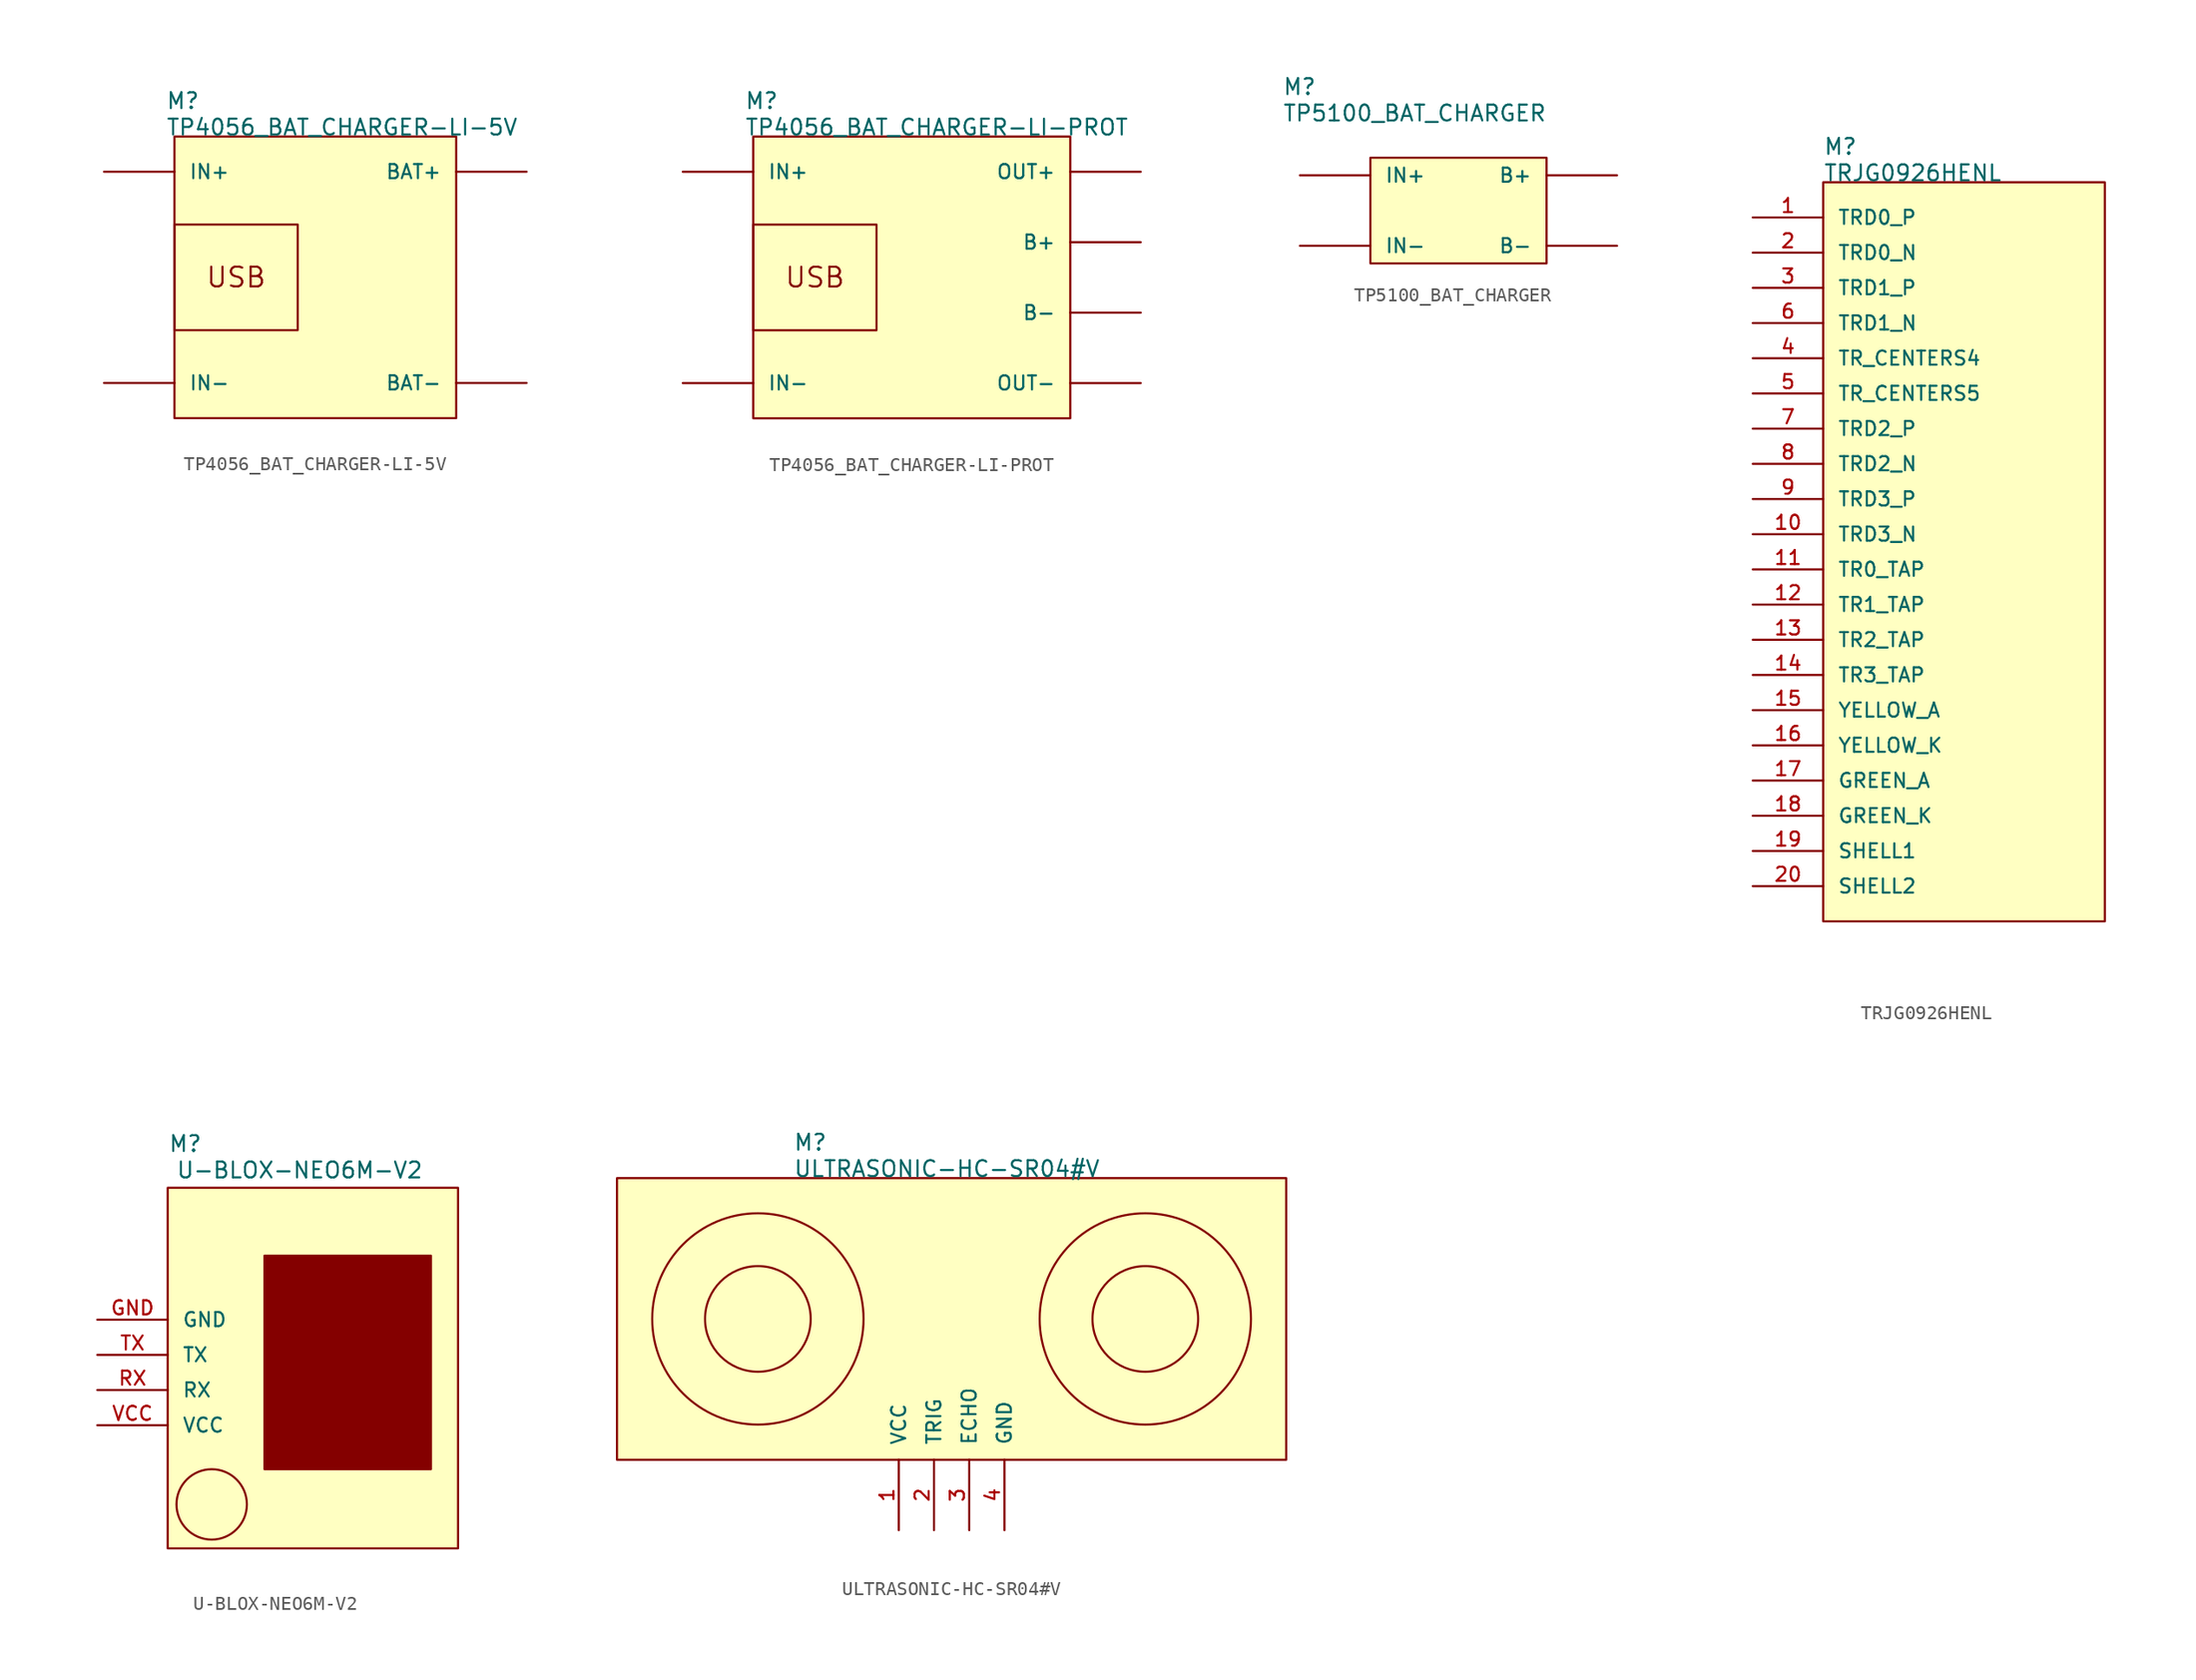
<source format=kicad_sym>
(kicad_symbol_lib
  (version 20211014)
  (generator kicad_symbol_editor)
  (symbol "TP4056_BAT_CHARGER-LI-5V"
    (pin_numbers hide)
    (pin_names
      (offset 1.016))
    (property "Reference" "M"
      (at -10.795 12.065 0)
      (effects (font (size 1.143 1.143)) (justify left bottom)))
    (property "Value" "TP4056_BAT_CHARGER-LI-5V"
      (at -10.795 10.16 0)
      (effects (font (size 1.143 1.143)) (justify left bottom)))
    (symbol "TP4056_BAT_CHARGER-LI-5V_1_0"
      (text "USB" (at -5.715 0 0) (effects (font (size 1.422 1.422)))))
    (symbol "TP4056_BAT_CHARGER-LI-5V_1_1"
      (rectangle (start -10.16 10.16) (end 10.16 -10.16) (stroke (width 0) (type default) (color 0 0 0 0)) (fill (type background)))
      (rectangle (start -1.27 -3.81) (end -10.16 3.81) (stroke (width 0) (type default) (color 0 0 0 0)) (fill (type none)))
      (pin bidirectional line (at 15.24 7.62 180) (length 5.08) (name "BAT+" (effects (font (size 1.016 1.016)))) (number "BAT+" (effects (font (size 1.016 1.016)))))
      (pin bidirectional line (at 15.24 -7.62 180) (length 5.08) (name "BAT-" (effects (font (size 1.016 1.016)))) (number "BAT-" (effects (font (size 1.016 1.016)))))
      (pin bidirectional line (at -15.24 7.62 0) (length 5.08) (name "IN+" (effects (font (size 1.016 1.016)))) (number "IN+" (effects (font (size 1.016 1.016)))))
      (pin bidirectional line (at -15.24 -7.62 0) (length 5.08) (name "IN-" (effects (font (size 1.016 1.016)))) (number "IN-" (effects (font (size 1.016 1.016)))))))
  (symbol "TP4056_BAT_CHARGER-LI-PROT"
    (pin_numbers hide)
    (pin_names
      (offset 1.016))
    (property "Reference" "M"
      (at -12.065 12.065 0)
      (effects (font (size 1.143 1.143)) (justify left bottom)))
    (property "Value" "TP4056_BAT_CHARGER-LI-PROT"
      (at -12.065 10.16 0)
      (effects (font (size 1.143 1.143)) (justify left bottom)))
    (symbol "TP4056_BAT_CHARGER-LI-PROT_1_0"
      (text "USB" (at -6.985 0 0) (effects (font (size 1.422 1.422)))))
    (symbol "TP4056_BAT_CHARGER-LI-PROT_1_1"
      (rectangle (start -11.43 10.16) (end 11.43 -10.16) (stroke (width 0) (type default) (color 0 0 0 0)) (fill (type background)))
      (rectangle (start -2.54 3.81) (end -11.43 -3.81) (stroke (width 0) (type default) (color 0 0 0 0)) (fill (type none)))
      (pin bidirectional line (at 16.51 2.54 180) (length 5.08) (name "B+" (effects (font (size 1.016 1.016)))) (number "B+" (effects (font (size 1.016 1.016)))))
      (pin bidirectional line (at 16.51 -2.54 180) (length 5.08) (name "B-" (effects (font (size 1.016 1.016)))) (number "B-" (effects (font (size 1.016 1.016)))))
      (pin bidirectional line (at -16.51 7.62 0) (length 5.08) (name "IN+" (effects (font (size 1.016 1.016)))) (number "IN+" (effects (font (size 1.016 1.016)))))
      (pin bidirectional line (at -16.51 -7.62 0) (length 5.08) (name "IN-" (effects (font (size 1.016 1.016)))) (number "IN-" (effects (font (size 1.016 1.016)))))
      (pin bidirectional line (at 16.51 7.62 180) (length 5.08) (name "OUT+" (effects (font (size 1.016 1.016)))) (number "OUT+" (effects (font (size 1.016 1.016)))))
      (pin bidirectional line (at 16.51 -7.62 180) (length 5.08) (name "OUT-" (effects (font (size 1.016 1.016)))) (number "OUT-" (effects (font (size 1.016 1.016)))))))
  (symbol "TP5100_BAT_CHARGER"
    (pin_numbers hide)
    (pin_names
      (offset 1.016))
    (property "Reference" "M"
      (at -12.7 8.255 0)
      (effects (font (size 1.143 1.143)) (justify left bottom)))
    (property "Value" "TP5100_BAT_CHARGER"
      (at -12.7 6.35 0)
      (effects (font (size 1.143 1.143)) (justify left bottom)))
    (property "ki_locked" ""
      (at 0 0 0)
      (effects (font (size 1.27 1.27))))
    (symbol "TP5100_BAT_CHARGER_1_1"
      (rectangle (start -6.35 3.81) (end 6.35 -3.81) (stroke (width 0) (type default) (color 0 0 0 0)) (fill (type background)))
      (pin power_out line (at 11.43 2.54 180) (length 5.08) (name "B+" (effects (font (size 1.016 1.016)))) (number "B+" (effects (font (size 1.016 1.016)))))
      (pin power_out line (at 11.43 -2.54 180) (length 5.08) (name "B-" (effects (font (size 1.016 1.016)))) (number "B-" (effects (font (size 1.016 1.016)))))
      (pin power_in line (at -11.43 2.54 0) (length 5.08) (name "IN+" (effects (font (size 1.016 1.016)))) (number "IN+" (effects (font (size 1.016 1.016)))))
      (pin power_in line (at -11.43 -2.54 0) (length 5.08) (name "IN-" (effects (font (size 1.016 1.016)))) (number "IN-" (effects (font (size 1.016 1.016)))))))
  (symbol "TRJG0926HENL"
    (pin_names
      (offset 1.016))
    (property "Reference" "M"
      (at -7.62 27.305 0)
      (effects (font (size 1.143 1.143)) (justify left bottom)))
    (property "Value" "TRJG0926HENL"
      (at -7.62 25.4 0)
      (effects (font (size 1.143 1.143)) (justify left bottom)))
    (property "ki_locked" ""
      (at 0 0 0)
      (effects (font (size 1.27 1.27))))
    (symbol "TRJG0926HENL_1_0"
      (rectangle (start -7.62 25.4) (end 12.7 -27.94) (stroke (width 0) (type default) (color 0 0 0 0)) (fill (type background))))
    (symbol "TRJG0926HENL_1_1"
      (pin bidirectional line (at -12.7 22.86 0) (length 5.08) (name "TRD0_P" (effects (font (size 1.016 1.016)))) (number "1" (effects (font (size 1.016 1.016)))))
      (pin bidirectional line (at -12.7 0 0) (length 5.08) (name "TRD3_N" (effects (font (size 1.016 1.016)))) (number "10" (effects (font (size 1.016 1.016)))))
      (pin bidirectional line (at -12.7 -2.54 0) (length 5.08) (name "TR0_TAP" (effects (font (size 1.016 1.016)))) (number "11" (effects (font (size 1.016 1.016)))))
      (pin bidirectional line (at -12.7 -5.08 0) (length 5.08) (name "TR1_TAP" (effects (font (size 1.016 1.016)))) (number "12" (effects (font (size 1.016 1.016)))))
      (pin bidirectional line (at -12.7 -7.62 0) (length 5.08) (name "TR2_TAP" (effects (font (size 1.016 1.016)))) (number "13" (effects (font (size 1.016 1.016)))))
      (pin bidirectional line (at -12.7 -10.16 0) (length 5.08) (name "TR3_TAP" (effects (font (size 1.016 1.016)))) (number "14" (effects (font (size 1.016 1.016)))))
      (pin bidirectional line (at -12.7 -12.7 0) (length 5.08) (name "YELLOW_A" (effects (font (size 1.016 1.016)))) (number "15" (effects (font (size 1.016 1.016)))))
      (pin bidirectional line (at -12.7 -15.24 0) (length 5.08) (name "YELLOW_K" (effects (font (size 1.016 1.016)))) (number "16" (effects (font (size 1.016 1.016)))))
      (pin bidirectional line (at -12.7 -17.78 0) (length 5.08) (name "GREEN_A" (effects (font (size 1.016 1.016)))) (number "17" (effects (font (size 1.016 1.016)))))
      (pin bidirectional line (at -12.7 -20.32 0) (length 5.08) (name "GREEN_K" (effects (font (size 1.016 1.016)))) (number "18" (effects (font (size 1.016 1.016)))))
      (pin bidirectional line (at -12.7 -22.86 0) (length 5.08) (name "SHELL1" (effects (font (size 1.016 1.016)))) (number "19" (effects (font (size 1.016 1.016)))))
      (pin bidirectional line (at -12.7 20.32 0) (length 5.08) (name "TRD0_N" (effects (font (size 1.016 1.016)))) (number "2" (effects (font (size 1.016 1.016)))))
      (pin bidirectional line (at -12.7 -25.4 0) (length 5.08) (name "SHELL2" (effects (font (size 1.016 1.016)))) (number "20" (effects (font (size 1.016 1.016)))))
      (pin bidirectional line (at -12.7 17.78 0) (length 5.08) (name "TRD1_P" (effects (font (size 1.016 1.016)))) (number "3" (effects (font (size 1.016 1.016)))))
      (pin bidirectional line (at -12.7 12.7 0) (length 5.08) (name "TR_CENTERS4" (effects (font (size 1.016 1.016)))) (number "4" (effects (font (size 1.016 1.016)))))
      (pin bidirectional line (at -12.7 10.16 0) (length 5.08) (name "TR_CENTERS5" (effects (font (size 1.016 1.016)))) (number "5" (effects (font (size 1.016 1.016)))))
      (pin bidirectional line (at -12.7 15.24 0) (length 5.08) (name "TRD1_N" (effects (font (size 1.016 1.016)))) (number "6" (effects (font (size 1.016 1.016)))))
      (pin bidirectional line (at -12.7 7.62 0) (length 5.08) (name "TRD2_P" (effects (font (size 1.016 1.016)))) (number "7" (effects (font (size 1.016 1.016)))))
      (pin bidirectional line (at -12.7 5.08 0) (length 5.08) (name "TRD2_N" (effects (font (size 1.016 1.016)))) (number "8" (effects (font (size 1.016 1.016)))))
      (pin bidirectional line (at -12.7 2.54 0) (length 5.08) (name "TRD3_P" (effects (font (size 1.016 1.016)))) (number "9" (effects (font (size 1.016 1.016)))))))
  (symbol "U-BLOX-NEO6M-V2"
    (pin_names
      (offset 1.016))
    (property "Reference" "M"
      (at -3.175 16.51 0)
      (effects (font (size 1.143 1.143))))
    (property "Value" "U-BLOX-NEO6M-V2"
      (at 5.08 14.605 0)
      (effects (font (size 1.143 1.143))))
    (property "ki_locked" ""
      (at 0 0 0)
      (effects (font (size 1.27 1.27))))
    (symbol "U-BLOX-NEO6M-V2_1_0"
      (rectangle (start -4.445 13.335) (end 16.51 -12.7) (stroke (width 0) (type default) (color 0 0 0 0)) (fill (type background))))
    (symbol "U-BLOX-NEO6M-V2_1_1"
      (circle (center -1.27 -9.525) (radius 2.54) (stroke (width 0) (type default) (color 0 0 0 0)) (fill (type none)))
      (rectangle (start 2.54 -6.985) (end 14.554 8.433) (stroke (width 0) (type default) (color 0 0 0 0)) (fill (type outline)))
      (pin bidirectional line (at -9.525 3.81 0) (length 5.08) (name "GND" (effects (font (size 1.016 1.016)))) (number "GND" (effects (font (size 1.016 1.016)))))
      (pin bidirectional line (at -9.525 -1.27 0) (length 5.08) (name "RX" (effects (font (size 1.016 1.016)))) (number "RX" (effects (font (size 1.016 1.016)))))
      (pin bidirectional line (at -9.525 1.27 0) (length 5.08) (name "TX" (effects (font (size 1.016 1.016)))) (number "TX" (effects (font (size 1.016 1.016)))))
      (pin bidirectional line (at -9.525 -3.81 0) (length 5.08) (name "VCC" (effects (font (size 1.016 1.016)))) (number "VCC" (effects (font (size 1.016 1.016)))))))
  (symbol "ULTRASONIC-HC-SR04#V"
    (pin_names
      (offset 1.016))
    (property "Reference" "M"
      (at -11.43 12.065 0)
      (effects (font (size 1.143 1.143)) (justify left bottom)))
    (property "Value" "ULTRASONIC-HC-SR04#V"
      (at -11.43 10.16 0)
      (effects (font (size 1.143 1.143)) (justify left bottom)))
    (property "ki_locked" ""
      (at 0 0 0)
      (effects (font (size 1.27 1.27))))
    (symbol "ULTRASONIC-HC-SR04#V_1_1"
      (rectangle (start -24.13 -10.16) (end 24.13 10.16) (stroke (width 0) (type default) (color 0 0 0 0)) (fill (type background)))
      (circle (center -13.97 0) (radius 3.81) (stroke (width 0) (type default) (color 0 0 0 0)) (fill (type none)))
      (circle (center -13.97 0) (radius 7.62) (stroke (width 0) (type default) (color 0 0 0 0)) (fill (type none)))
      (circle (center 13.97 0) (radius 3.81) (stroke (width 0) (type default) (color 0 0 0 0)) (fill (type none)))
      (circle (center 13.97 0) (radius 7.62) (stroke (width 0) (type default) (color 0 0 0 0)) (fill (type none)))
      (pin power_in line (at -3.81 -15.24 90) (length 5.08) (name "VCC" (effects (font (size 1.016 1.016)))) (number "1" (effects (font (size 1.016 1.016)))))
      (pin input line (at -1.27 -15.24 90) (length 5.08) (name "TRIG" (effects (font (size 1.016 1.016)))) (number "2" (effects (font (size 1.016 1.016)))))
      (pin output line (at 1.27 -15.24 90) (length 5.08) (name "ECHO" (effects (font (size 1.016 1.016)))) (number "3" (effects (font (size 1.016 1.016)))))
      (pin power_in line (at 3.81 -15.24 90) (length 5.08) (name "GND" (effects (font (size 1.016 1.016)))) (number "4" (effects (font (size 1.016 1.016))))))))
</source>
